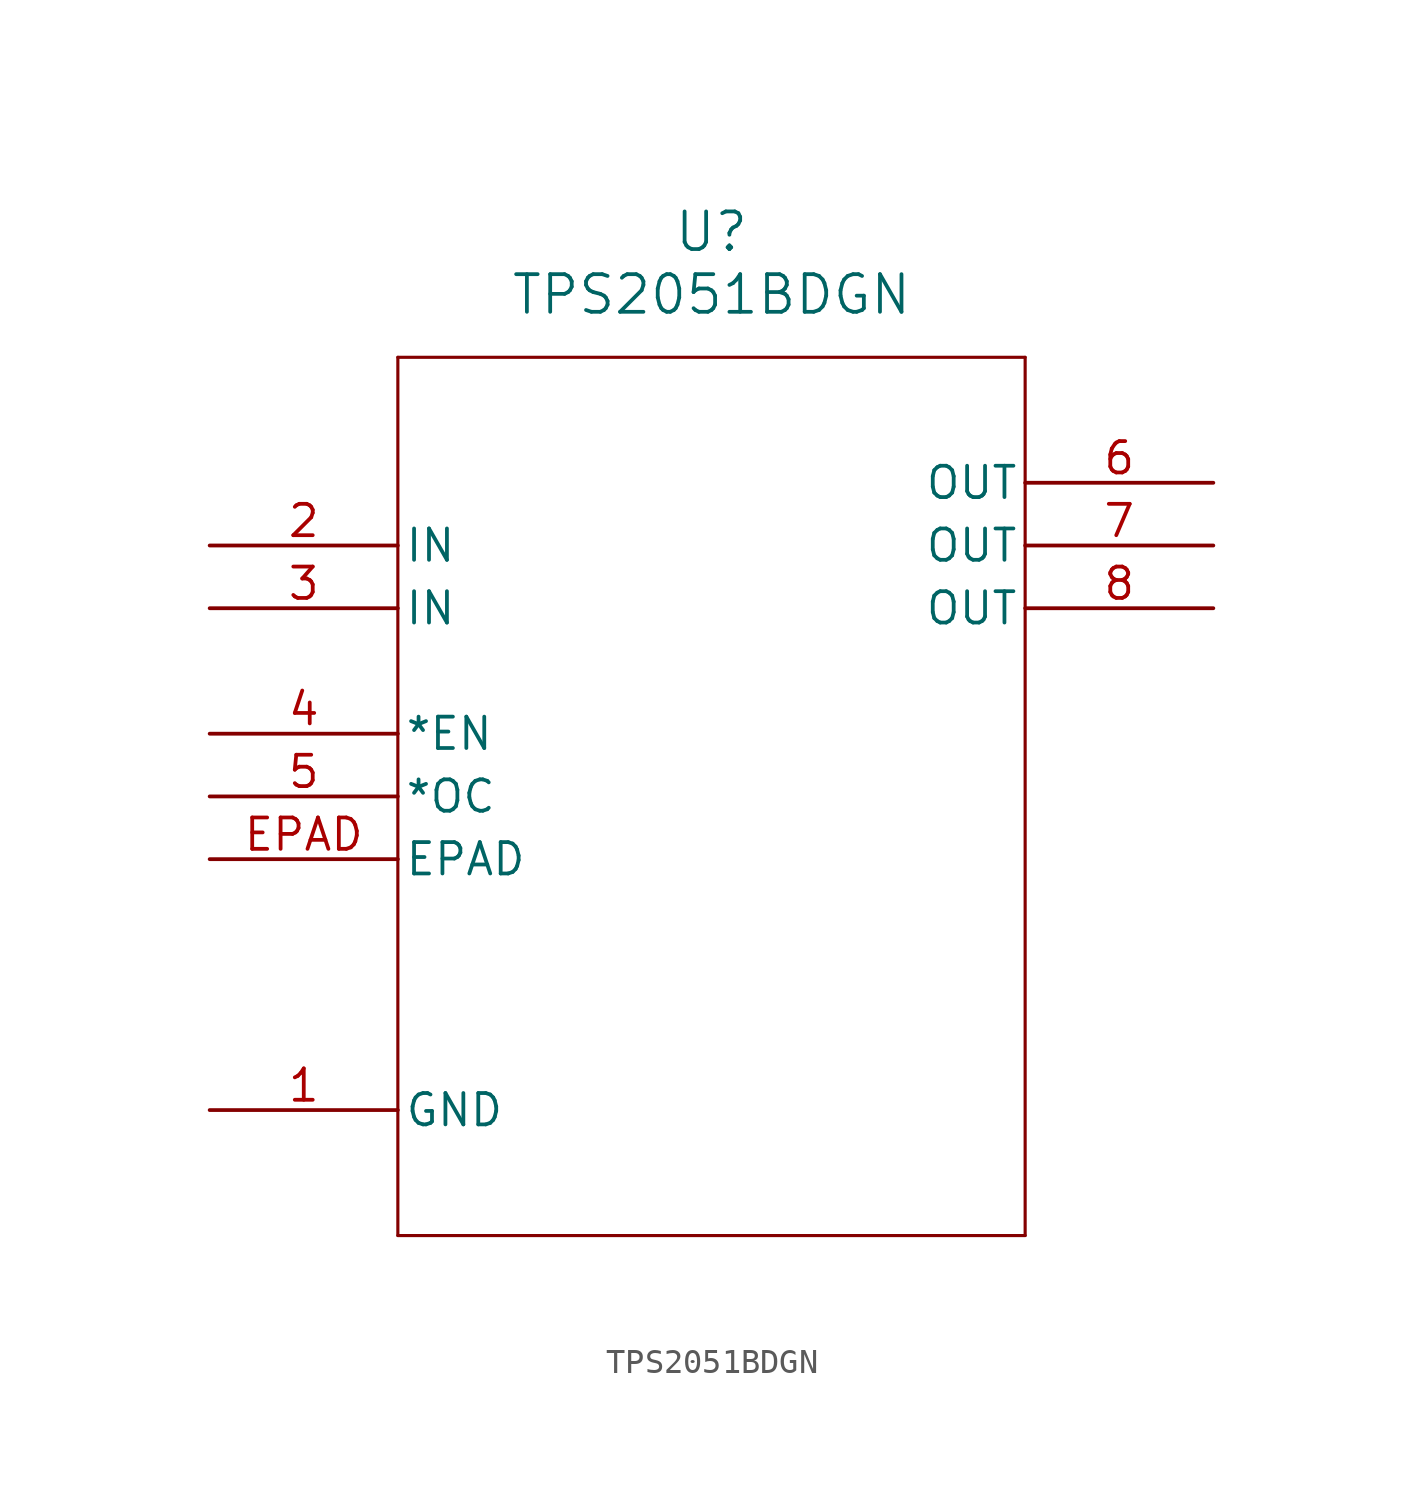
<source format=kicad_sym>
(kicad_symbol_lib
  (version 20211014)
  (generator kicad_symbol_editor)
  (symbol "TPS2051BDGN"
    (pin_names
      (offset 0.254))
    (property "Reference" "U"
      (at 20.32 12.7 0)
      (effects (font (size 1.524 1.524))))
    (property "Value" "TPS2051BDGN"
      (at 20.32 10.16 0)
      (effects (font (size 1.524 1.524))))
    (symbol "TPS2051BDGN_0_1"
      (polyline (pts (xy 7.62 7.62) (xy 7.62 -27.94)) (stroke (width 0.127) (type default) (color 0 0 0 0)) (fill (type none)))
      (polyline (pts (xy 7.62 -27.94) (xy 33.02 -27.94)) (stroke (width 0.127) (type default) (color 0 0 0 0)) (fill (type none)))
      (polyline (pts (xy 33.02 -27.94) (xy 33.02 7.62)) (stroke (width 0.127) (type default) (color 0 0 0 0)) (fill (type none)))
      (polyline (pts (xy 33.02 7.62) (xy 7.62 7.62)) (stroke (width 0.127) (type default) (color 0 0 0 0)) (fill (type none)))
      (pin power_in line (at 0 -22.86 0) (length 7.62) (name "GND" (effects (font (size 1.27 1.27)))) (number "1" (effects (font (size 1.27 1.27)))))
      (pin input line (at 0 0 0) (length 7.62) (name "IN" (effects (font (size 1.27 1.27)))) (number "2" (effects (font (size 1.27 1.27)))))
      (pin input line (at 0 -2.54 0) (length 7.62) (name "IN" (effects (font (size 1.27 1.27)))) (number "3" (effects (font (size 1.27 1.27)))))
      (pin unspecified line (at 0 -7.62 0) (length 7.62) (name "*EN" (effects (font (size 1.27 1.27)))) (number "4" (effects (font (size 1.27 1.27)))))
      (pin unspecified line (at 0 -10.16 0) (length 7.62) (name "*OC" (effects (font (size 1.27 1.27)))) (number "5" (effects (font (size 1.27 1.27)))))
      (pin output line (at 40.64 2.54 180) (length 7.62) (name "OUT" (effects (font (size 1.27 1.27)))) (number "6" (effects (font (size 1.27 1.27)))))
      (pin output line (at 40.64 0 180) (length 7.62) (name "OUT" (effects (font (size 1.27 1.27)))) (number "7" (effects (font (size 1.27 1.27)))))
      (pin output line (at 40.64 -2.54 180) (length 7.62) (name "OUT" (effects (font (size 1.27 1.27)))) (number "8" (effects (font (size 1.27 1.27)))))
      (pin unspecified line (at 0 -12.7 0) (length 7.62) (name "EPAD" (effects (font (size 1.27 1.27)))) (number "EPAD" (effects (font (size 1.27 1.27))))))))
</source>
